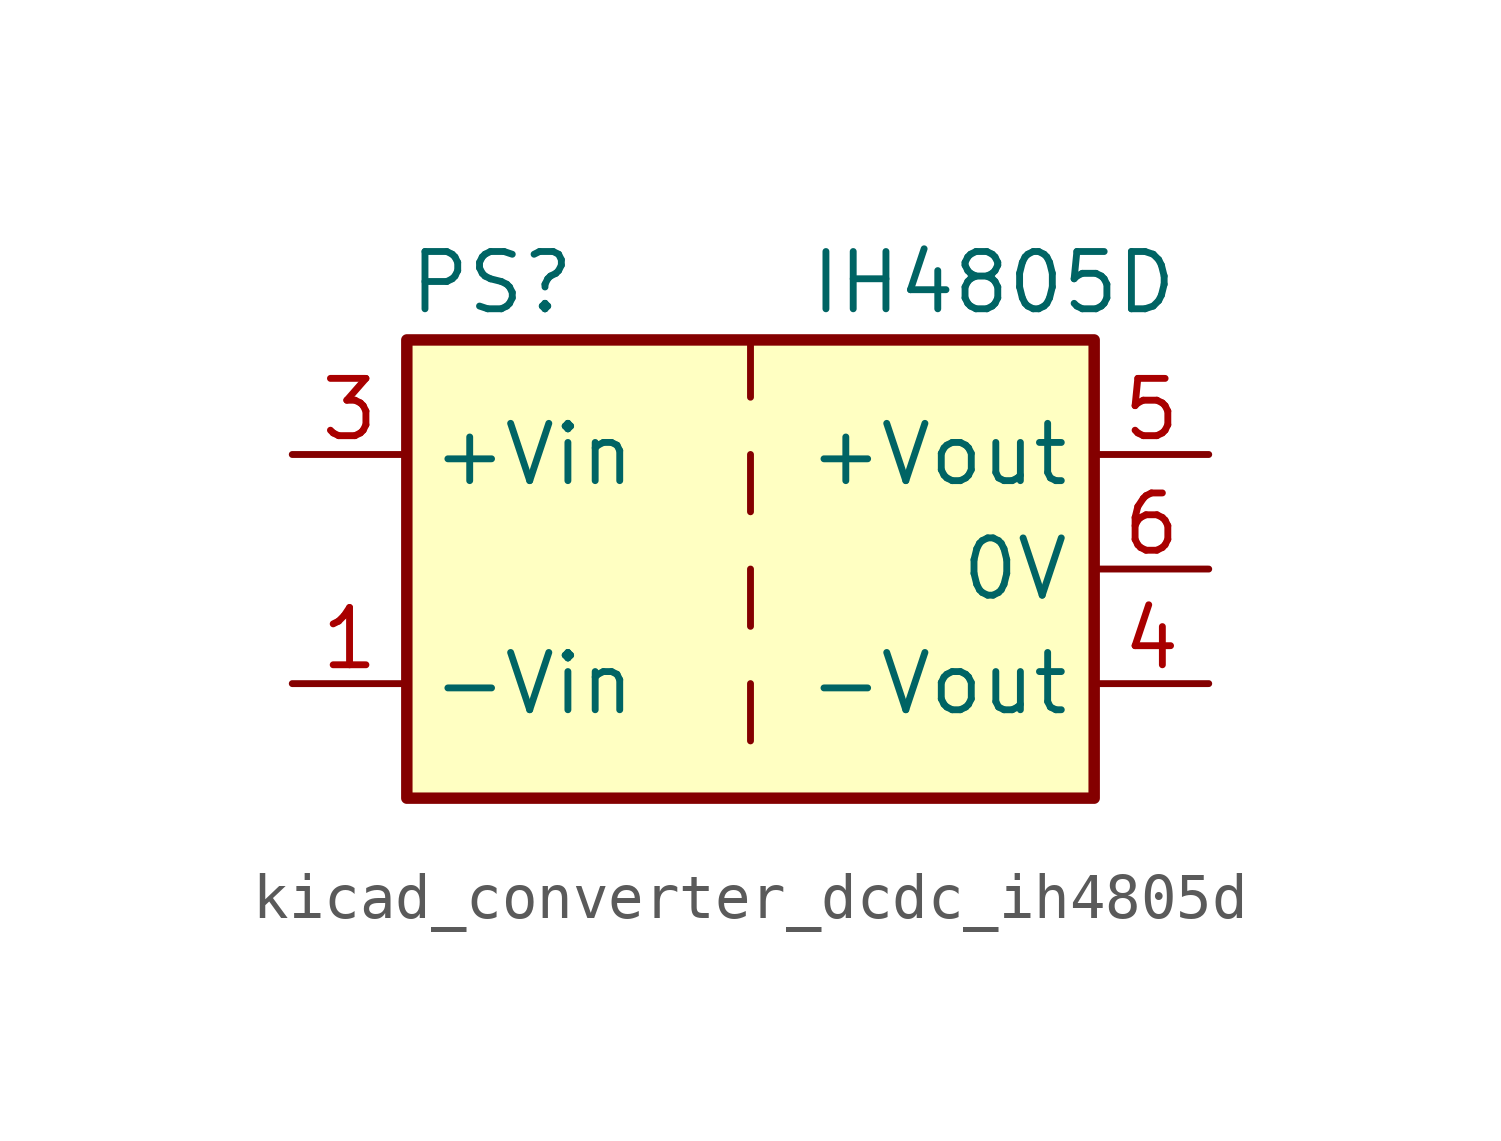
<source format=kicad_sym>
(kicad_symbol_lib
  (version 20220914)
  (generator kicad_symbol_editor)
  (symbol "kicad_converter_dcdc_ih4805d"
    (property "Reference" "PS"
      (at -7.62 6.35 0)
      (effects (font (size 1.27 1.27)) (justify left)))
    (property "Value" "IH4805D"
      (at 1.27 6.35 0)
      (effects (font (size 1.27 1.27)) (justify left)))
    (symbol "kicad_converter_dcdc_ih4805d_0_0"
      (pin power_in line (at -10.16 -2.54 0) (length 2.54) (name "-Vin" (effects (font (size 1.27 1.27)))) (number "1" (effects (font (size 1.27 1.27)))))
      (pin power_in line (at -10.16 2.54 0) (length 2.54) (name "+Vin" (effects (font (size 1.27 1.27)))) (number "3" (effects (font (size 1.27 1.27)))))
      (pin power_out line (at 10.16 -2.54 180) (length 2.54) (name "-Vout" (effects (font (size 1.27 1.27)))) (number "4" (effects (font (size 1.27 1.27)))))
      (pin power_out line (at 10.16 2.54 180) (length 2.54) (name "+Vout" (effects (font (size 1.27 1.27)))) (number "5" (effects (font (size 1.27 1.27)))))
      (pin power_out line (at 10.16 0 180) (length 2.54) (name "0V" (effects (font (size 1.27 1.27)))) (number "6" (effects (font (size 1.27 1.27))))))
    (symbol "kicad_converter_dcdc_ih4805d_0_1"
      (rectangle (start -7.62 5.08) (end 7.62 -5.08) (stroke (width 0.254) (type default)) (fill (type background)))
      (polyline (pts (xy 0 -2.54) (xy 0 -3.81)) (stroke (width 0) (type default)) (fill (type none)))
      (polyline (pts (xy 0 0) (xy 0 -1.27)) (stroke (width 0) (type default)) (fill (type none)))
      (polyline (pts (xy 0 2.54) (xy 0 1.27)) (stroke (width 0) (type default)) (fill (type none)))
      (polyline (pts (xy 0 5.08) (xy 0 3.81)) (stroke (width 0) (type default)) (fill (type none))))
    (symbol "kicad_converter_dcdc_ih4805d_1_1"
      (pin no_connect line (at 0 -5.08 90) (length 2.54) hide (name "NC" (effects (font (size 1.27 1.27)))) (number "2" (effects (font (size 1.27 1.27))))))))
</source>
